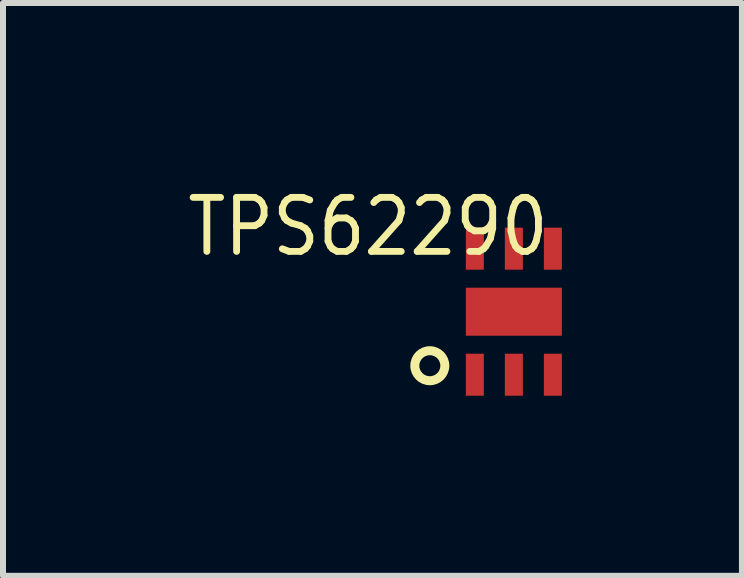
<source format=kicad_pcb>
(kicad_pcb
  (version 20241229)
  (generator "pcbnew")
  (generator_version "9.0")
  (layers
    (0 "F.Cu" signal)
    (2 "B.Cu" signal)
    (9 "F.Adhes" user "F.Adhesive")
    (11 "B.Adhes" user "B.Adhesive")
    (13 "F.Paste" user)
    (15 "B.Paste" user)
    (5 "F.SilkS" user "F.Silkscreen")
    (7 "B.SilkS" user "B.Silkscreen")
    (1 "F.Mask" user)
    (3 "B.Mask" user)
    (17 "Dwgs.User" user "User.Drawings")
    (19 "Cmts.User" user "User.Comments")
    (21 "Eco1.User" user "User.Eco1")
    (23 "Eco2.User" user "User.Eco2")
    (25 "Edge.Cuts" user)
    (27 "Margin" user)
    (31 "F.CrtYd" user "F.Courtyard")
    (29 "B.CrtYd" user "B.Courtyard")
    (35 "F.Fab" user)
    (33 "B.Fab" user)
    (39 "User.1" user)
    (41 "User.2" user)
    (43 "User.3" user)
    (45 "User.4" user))
  (footprint "TPS62290"
    (layer "F.Cu")
    (at 5.511 2.143)
    (property "Reference" "TPS62290" (at -2.429 -1.415 0) (layer "F.SilkS") (effects (font (size 0.9 0.8) (thickness 0.114))))
    (attr through_hole)
    (fp_circle (center -1.4 0.9) (end -1.25 0.7) (stroke (width 0.15) (type solid)) (fill no) (layer "F.SilkS"))
    (pad "1" smd rect (at -0.65 1.05) (size 0.3 0.7) (layers "F.Cu" "F.Mask" "F.Paste"))
    (pad "2" smd rect (at 0 1.05) (size 0.3 0.7) (layers "F.Cu" "F.Mask" "F.Paste"))
    (pad "3" smd rect (at 0.65 1.05) (size 0.3 0.7) (layers "F.Cu" "F.Mask" "F.Paste"))
    (pad "4" smd rect (at 0.65 -1.05) (size 0.3 0.7) (layers "F.Cu" "F.Mask" "F.Paste"))
    (pad "5" smd rect (at 0 -1.05) (size 0.3 0.7) (layers "F.Cu" "F.Mask" "F.Paste"))
    (pad "6" smd rect (at -0.65 -1.05) (size 0.3 0.7) (layers "F.Cu" "F.Mask" "F.Paste"))
    (pad "6" smd rect (at 0 0) (size 1.6 0.8) (layers "F.Cu" "F.Mask" "F.Paste")))
  (gr_rect
    (start -3 -3)
    (end 9.311 6.543)
    (stroke (width 0.1) (type default))
    (fill no)
    (layer "Edge.Cuts")))
</source>
